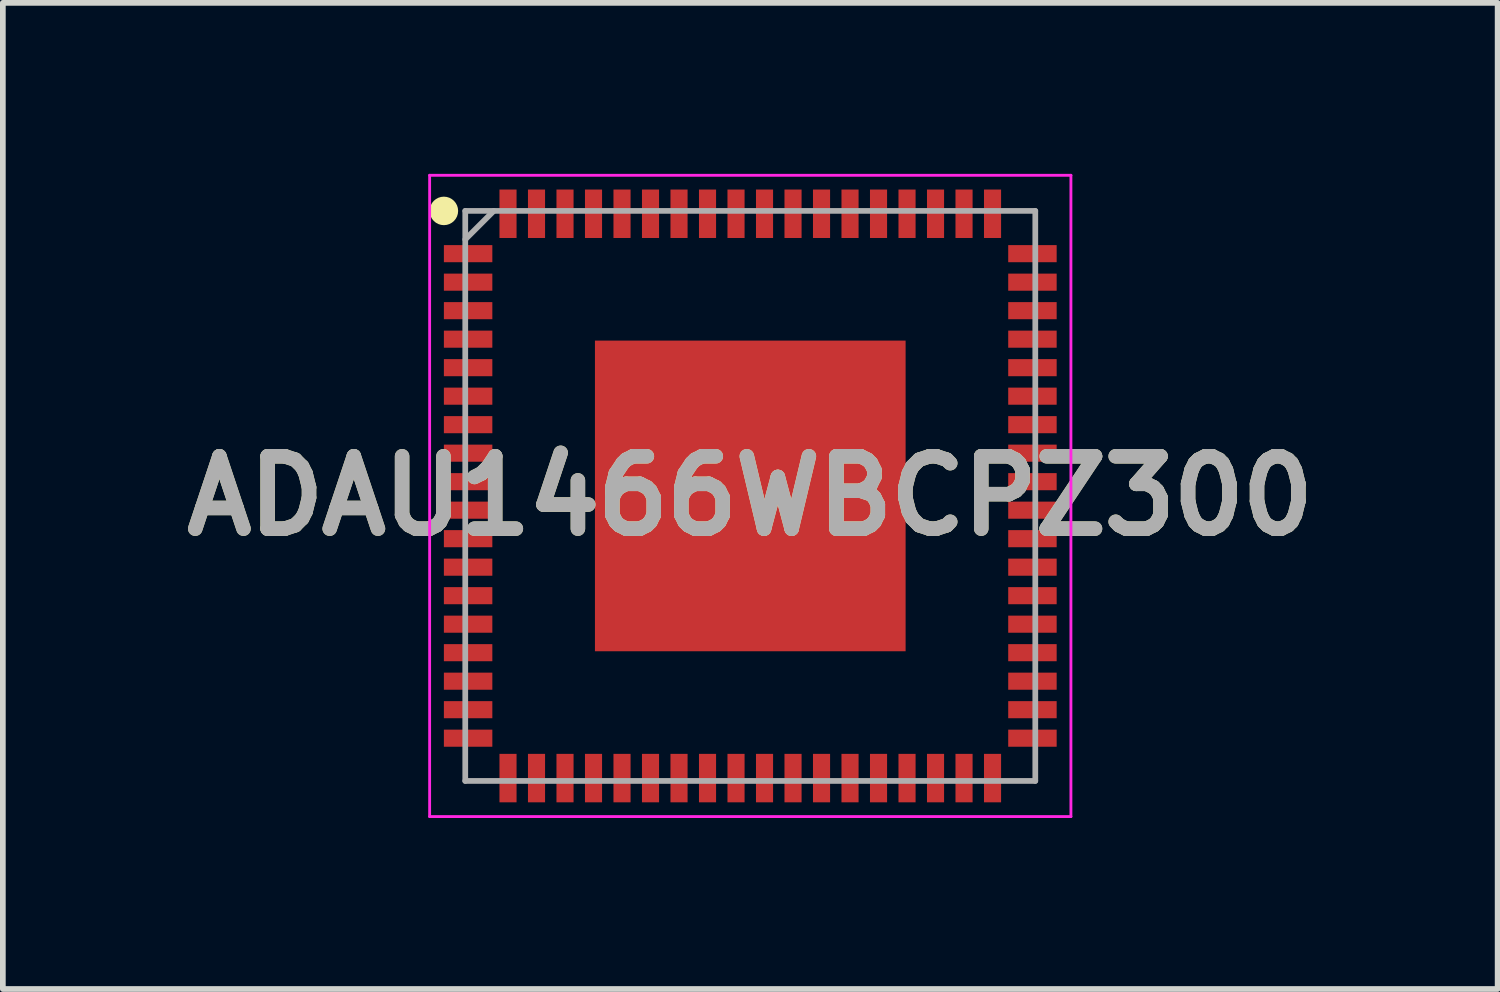
<source format=kicad_pcb>
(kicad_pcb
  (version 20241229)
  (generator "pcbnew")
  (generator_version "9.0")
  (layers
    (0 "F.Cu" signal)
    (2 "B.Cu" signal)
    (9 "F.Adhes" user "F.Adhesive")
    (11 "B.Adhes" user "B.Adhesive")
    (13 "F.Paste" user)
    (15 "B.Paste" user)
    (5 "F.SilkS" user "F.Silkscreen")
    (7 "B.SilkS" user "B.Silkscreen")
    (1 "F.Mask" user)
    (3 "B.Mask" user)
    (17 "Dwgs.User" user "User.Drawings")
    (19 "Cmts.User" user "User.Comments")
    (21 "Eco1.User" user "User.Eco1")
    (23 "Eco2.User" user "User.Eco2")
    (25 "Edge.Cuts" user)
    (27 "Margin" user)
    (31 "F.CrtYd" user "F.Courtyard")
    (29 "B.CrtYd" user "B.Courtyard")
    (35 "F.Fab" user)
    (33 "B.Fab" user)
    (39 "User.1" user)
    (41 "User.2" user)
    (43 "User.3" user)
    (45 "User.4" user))
  (footprint "ADAU1466WBCPZ300"
    (layer "F.Cu")
    (at 10.112 5.65)
    (property "Reference" "ADAU1466WBCPZ300" (at 0 0 0) (layer "F.SilkS") (effects (font (size 1.27 1.27) (thickness 0.254))))
    (attr smd)
    (fp_circle (center -5.375 -5) (end -5.375 -4.875) (stroke (width 0.25) (type solid)) (fill no) (layer "F.SilkS"))
    (fp_line (start -5.625 -5.625) (end 5.625 -5.625) (stroke (width 0.05) (type solid)) (layer "F.CrtYd"))
    (fp_line (start -5.625 5.625) (end -5.625 -5.625) (stroke (width 0.05) (type solid)) (layer "F.CrtYd"))
    (fp_line (start 5.625 -5.625) (end 5.625 5.625) (stroke (width 0.05) (type solid)) (layer "F.CrtYd"))
    (fp_line (start 5.625 5.625) (end -5.625 5.625) (stroke (width 0.05) (type solid)) (layer "F.CrtYd"))
    (fp_line (start -5 -5) (end 5 -5) (stroke (width 0.1) (type solid)) (layer "F.Fab"))
    (fp_line (start -5 -4.5) (end -4.5 -5) (stroke (width 0.1) (type solid)) (layer "F.Fab"))
    (fp_line (start -5 5) (end -5 -5) (stroke (width 0.1) (type solid)) (layer "F.Fab"))
    (fp_line (start 5 -5) (end 5 5) (stroke (width 0.1) (type solid)) (layer "F.Fab"))
    (fp_line (start 5 5) (end -5 5) (stroke (width 0.1) (type solid)) (layer "F.Fab"))
    (fp_text user "${REFERENCE}" (at 0 0 0) (layer "F.Fab") (effects (font (size 1.27 1.27) (thickness 0.254))))
    (pad "1" smd rect (at -4.95 -4.25 90) (size 0.3 0.85) (layers "F.Cu" "F.Mask" "F.Paste"))
    (pad "2" smd rect (at -4.95 -3.75 90) (size 0.3 0.85) (layers "F.Cu" "F.Mask" "F.Paste"))
    (pad "3" smd rect (at -4.95 -3.25 90) (size 0.3 0.85) (layers "F.Cu" "F.Mask" "F.Paste"))
    (pad "4" smd rect (at -4.95 -2.75 90) (size 0.3 0.85) (layers "F.Cu" "F.Mask" "F.Paste"))
    (pad "5" smd rect (at -4.95 -2.25 90) (size 0.3 0.85) (layers "F.Cu" "F.Mask" "F.Paste"))
    (pad "6" smd rect (at -4.95 -1.75 90) (size 0.3 0.85) (layers "F.Cu" "F.Mask" "F.Paste"))
    (pad "7" smd rect (at -4.95 -1.25 90) (size 0.3 0.85) (layers "F.Cu" "F.Mask" "F.Paste"))
    (pad "8" smd rect (at -4.95 -0.75 90) (size 0.3 0.85) (layers "F.Cu" "F.Mask" "F.Paste"))
    (pad "9" smd rect (at -4.95 -0.25 90) (size 0.3 0.85) (layers "F.Cu" "F.Mask" "F.Paste"))
    (pad "10" smd rect (at -4.95 0.25 90) (size 0.3 0.85) (layers "F.Cu" "F.Mask" "F.Paste"))
    (pad "11" smd rect (at -4.95 0.75 90) (size 0.3 0.85) (layers "F.Cu" "F.Mask" "F.Paste"))
    (pad "12" smd rect (at -4.95 1.25 90) (size 0.3 0.85) (layers "F.Cu" "F.Mask" "F.Paste"))
    (pad "13" smd rect (at -4.95 1.75 90) (size 0.3 0.85) (layers "F.Cu" "F.Mask" "F.Paste"))
    (pad "14" smd rect (at -4.95 2.25 90) (size 0.3 0.85) (layers "F.Cu" "F.Mask" "F.Paste"))
    (pad "15" smd rect (at -4.95 2.75 90) (size 0.3 0.85) (layers "F.Cu" "F.Mask" "F.Paste"))
    (pad "16" smd rect (at -4.95 3.25 90) (size 0.3 0.85) (layers "F.Cu" "F.Mask" "F.Paste"))
    (pad "17" smd rect (at -4.95 3.75 90) (size 0.3 0.85) (layers "F.Cu" "F.Mask" "F.Paste"))
    (pad "18" smd rect (at -4.95 4.25 90) (size 0.3 0.85) (layers "F.Cu" "F.Mask" "F.Paste"))
    (pad "19" smd rect (at -4.25 4.95) (size 0.3 0.85) (layers "F.Cu" "F.Mask" "F.Paste"))
    (pad "20" smd rect (at -3.75 4.95) (size 0.3 0.85) (layers "F.Cu" "F.Mask" "F.Paste"))
    (pad "21" smd rect (at -3.25 4.95) (size 0.3 0.85) (layers "F.Cu" "F.Mask" "F.Paste"))
    (pad "22" smd rect (at -2.75 4.95) (size 0.3 0.85) (layers "F.Cu" "F.Mask" "F.Paste"))
    (pad "23" smd rect (at -2.25 4.95) (size 0.3 0.85) (layers "F.Cu" "F.Mask" "F.Paste"))
    (pad "24" smd rect (at -1.75 4.95) (size 0.3 0.85) (layers "F.Cu" "F.Mask" "F.Paste"))
    (pad "25" smd rect (at -1.25 4.95) (size 0.3 0.85) (layers "F.Cu" "F.Mask" "F.Paste"))
    (pad "26" smd rect (at -0.75 4.95) (size 0.3 0.85) (layers "F.Cu" "F.Mask" "F.Paste"))
    (pad "27" smd rect (at -0.25 4.95) (size 0.3 0.85) (layers "F.Cu" "F.Mask" "F.Paste"))
    (pad "28" smd rect (at 0.25 4.95) (size 0.3 0.85) (layers "F.Cu" "F.Mask" "F.Paste"))
    (pad "29" smd rect (at 0.75 4.95) (size 0.3 0.85) (layers "F.Cu" "F.Mask" "F.Paste"))
    (pad "30" smd rect (at 1.25 4.95) (size 0.3 0.85) (layers "F.Cu" "F.Mask" "F.Paste"))
    (pad "31" smd rect (at 1.75 4.95) (size 0.3 0.85) (layers "F.Cu" "F.Mask" "F.Paste"))
    (pad "32" smd rect (at 2.25 4.95) (size 0.3 0.85) (layers "F.Cu" "F.Mask" "F.Paste"))
    (pad "33" smd rect (at 2.75 4.95) (size 0.3 0.85) (layers "F.Cu" "F.Mask" "F.Paste"))
    (pad "34" smd rect (at 3.25 4.95) (size 0.3 0.85) (layers "F.Cu" "F.Mask" "F.Paste"))
    (pad "35" smd rect (at 3.75 4.95) (size 0.3 0.85) (layers "F.Cu" "F.Mask" "F.Paste"))
    (pad "36" smd rect (at 4.25 4.95) (size 0.3 0.85) (layers "F.Cu" "F.Mask" "F.Paste"))
    (pad "37" smd rect (at 4.95 4.25 90) (size 0.3 0.85) (layers "F.Cu" "F.Mask" "F.Paste"))
    (pad "38" smd rect (at 4.95 3.75 90) (size 0.3 0.85) (layers "F.Cu" "F.Mask" "F.Paste"))
    (pad "39" smd rect (at 4.95 3.25 90) (size 0.3 0.85) (layers "F.Cu" "F.Mask" "F.Paste"))
    (pad "40" smd rect (at 4.95 2.75 90) (size 0.3 0.85) (layers "F.Cu" "F.Mask" "F.Paste"))
    (pad "41" smd rect (at 4.95 2.25 90) (size 0.3 0.85) (layers "F.Cu" "F.Mask" "F.Paste"))
    (pad "42" smd rect (at 4.95 1.75 90) (size 0.3 0.85) (layers "F.Cu" "F.Mask" "F.Paste"))
    (pad "43" smd rect (at 4.95 1.25 90) (size 0.3 0.85) (layers "F.Cu" "F.Mask" "F.Paste"))
    (pad "44" smd rect (at 4.95 0.75 90) (size 0.3 0.85) (layers "F.Cu" "F.Mask" "F.Paste"))
    (pad "45" smd rect (at 4.95 0.25 90) (size 0.3 0.85) (layers "F.Cu" "F.Mask" "F.Paste"))
    (pad "46" smd rect (at 4.95 -0.25 90) (size 0.3 0.85) (layers "F.Cu" "F.Mask" "F.Paste"))
    (pad "47" smd rect (at 4.95 -0.75 90) (size 0.3 0.85) (layers "F.Cu" "F.Mask" "F.Paste"))
    (pad "48" smd rect (at 4.95 -1.25 90) (size 0.3 0.85) (layers "F.Cu" "F.Mask" "F.Paste"))
    (pad "49" smd rect (at 4.95 -1.75 90) (size 0.3 0.85) (layers "F.Cu" "F.Mask" "F.Paste"))
    (pad "50" smd rect (at 4.95 -2.25 90) (size 0.3 0.85) (layers "F.Cu" "F.Mask" "F.Paste"))
    (pad "51" smd rect (at 4.95 -2.75 90) (size 0.3 0.85) (layers "F.Cu" "F.Mask" "F.Paste"))
    (pad "52" smd rect (at 4.95 -3.25 90) (size 0.3 0.85) (layers "F.Cu" "F.Mask" "F.Paste"))
    (pad "53" smd rect (at 4.95 -3.75 90) (size 0.3 0.85) (layers "F.Cu" "F.Mask" "F.Paste"))
    (pad "54" smd rect (at 4.95 -4.25 90) (size 0.3 0.85) (layers "F.Cu" "F.Mask" "F.Paste"))
    (pad "55" smd rect (at 4.25 -4.95) (size 0.3 0.85) (layers "F.Cu" "F.Mask" "F.Paste"))
    (pad "56" smd rect (at 3.75 -4.95) (size 0.3 0.85) (layers "F.Cu" "F.Mask" "F.Paste"))
    (pad "57" smd rect (at 3.25 -4.95) (size 0.3 0.85) (layers "F.Cu" "F.Mask" "F.Paste"))
    (pad "58" smd rect (at 2.75 -4.95) (size 0.3 0.85) (layers "F.Cu" "F.Mask" "F.Paste"))
    (pad "59" smd rect (at 2.25 -4.95) (size 0.3 0.85) (layers "F.Cu" "F.Mask" "F.Paste"))
    (pad "60" smd rect (at 1.75 -4.95) (size 0.3 0.85) (layers "F.Cu" "F.Mask" "F.Paste"))
    (pad "61" smd rect (at 1.25 -4.95) (size 0.3 0.85) (layers "F.Cu" "F.Mask" "F.Paste"))
    (pad "62" smd rect (at 0.75 -4.95) (size 0.3 0.85) (layers "F.Cu" "F.Mask" "F.Paste"))
    (pad "63" smd rect (at 0.25 -4.95) (size 0.3 0.85) (layers "F.Cu" "F.Mask" "F.Paste"))
    (pad "64" smd rect (at -0.25 -4.95) (size 0.3 0.85) (layers "F.Cu" "F.Mask" "F.Paste"))
    (pad "65" smd rect (at -0.75 -4.95) (size 0.3 0.85) (layers "F.Cu" "F.Mask" "F.Paste"))
    (pad "66" smd rect (at -1.25 -4.95) (size 0.3 0.85) (layers "F.Cu" "F.Mask" "F.Paste"))
    (pad "67" smd rect (at -1.75 -4.95) (size 0.3 0.85) (layers "F.Cu" "F.Mask" "F.Paste"))
    (pad "68" smd rect (at -2.25 -4.95) (size 0.3 0.85) (layers "F.Cu" "F.Mask" "F.Paste"))
    (pad "69" smd rect (at -2.75 -4.95) (size 0.3 0.85) (layers "F.Cu" "F.Mask" "F.Paste"))
    (pad "70" smd rect (at -3.25 -4.95) (size 0.3 0.85) (layers "F.Cu" "F.Mask" "F.Paste"))
    (pad "71" smd rect (at -3.75 -4.95) (size 0.3 0.85) (layers "F.Cu" "F.Mask" "F.Paste"))
    (pad "72" smd rect (at -4.25 -4.95) (size 0.3 0.85) (layers "F.Cu" "F.Mask" "F.Paste"))
    (pad "73" smd rect (at 0 0) (size 5.45 5.45) (layers "F.Cu" "F.Mask" "F.Paste")))
  (gr_rect
    (start -3 -3)
    (end 23.223 14.3)
    (stroke (width 0.1) (type default))
    (fill no)
    (layer "Edge.Cuts")))
</source>
